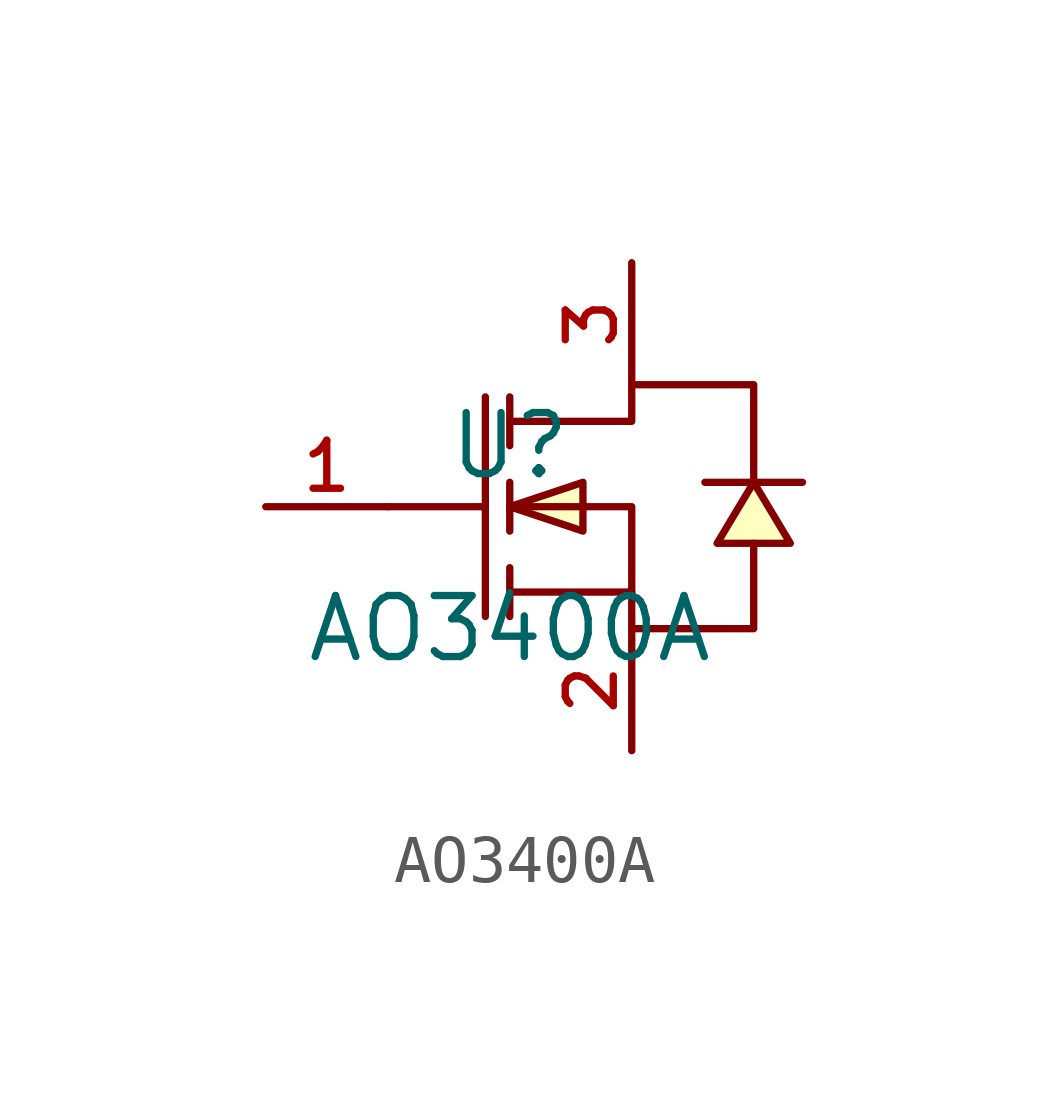
<source format=kicad_sym>
(kicad_symbol_lib
  (version 20210201)
  (generator TousstNicolas/JLC2KiCad_lib)
  (symbol "AO3400A"
    (pin_names hide)
    (property "Reference" "U"
      (at 0 1.27 0)
      (effects (font (size 1.27 1.27))))
    (property "Value" "AO3400A"
      (at 0 -2.54 0)
      (effects (font (size 1.27 1.27))))
    (symbol "AO3400A_0_1"
      (polyline (pts (xy 0.0 -0.0) (xy 1.524 -0.508) (xy 1.524 0.508) (xy 0.0 -0.0)) (stroke (width 0) (type default) (color 0 0 0 0)) (fill (type background)))
      (polyline (pts (xy 5.08 0.508) (xy 4.318 -0.762) (xy 5.842 -0.762) (xy 5.08 0.508)) (stroke (width 0) (type default) (color 0 0 0 0)) (fill (type background)))
      (polyline (pts (xy 0.0 1.778) (xy 2.54 1.778) (xy 2.54 2.54) (xy 5.08 2.54) (xy 5.08 0.508)) (stroke (width 0) (type default) (color 0 0 0 0)) (fill (type none)))
      (polyline (pts (xy 0.0 -0.0) (xy 2.54 -0.0) (xy 2.54 -2.54) (xy 5.08 -2.54) (xy 5.08 -0.762)) (stroke (width 0) (type default) (color 0 0 0 0)) (fill (type none)))
      (polyline (pts (xy 2.54 -1.778) (xy 0.0 -1.778)) (stroke (width 0) (type default) (color 0 0 0 0)) (fill (type none)))
      (polyline (pts (xy -0.508 2.286) (xy -0.508 -2.286)) (stroke (width 0) (type default) (color 0 0 0 0)) (fill (type none)))
      (polyline (pts (xy 0.0 2.286) (xy 0.0 1.27)) (stroke (width 0) (type default) (color 0 0 0 0)) (fill (type none)))
      (polyline (pts (xy 0.0 -0.508) (xy 0.0 0.508)) (stroke (width 0) (type default) (color 0 0 0 0)) (fill (type none)))
      (polyline (pts (xy 0.0 -2.286) (xy 0.0 -1.27)) (stroke (width 0) (type default) (color 0 0 0 0)) (fill (type none)))
      (polyline (pts (xy -2.54 -0.0) (xy -0.508 -0.0)) (stroke (width 0) (type default) (color 0 0 0 0)) (fill (type none)))
      (polyline (pts (xy 6.096 0.508) (xy 5.588 0.508) (xy 4.572 0.508) (xy 4.064 0.508)) (stroke (width 0) (type default) (color 0 0 0 0)) (fill (type none)))
      (pin unspecified line (at 2.54 5.08 270) (length 2.54) (name "D" (effects (font (size 1 1)))) (number "3" (effects (font (size 1 1)))))
      (pin unspecified line (at -5.08 -0.0 0) (length 2.54) (name "G" (effects (font (size 1 1)))) (number "1" (effects (font (size 1 1)))))
      (pin unspecified line (at 2.54 -5.08 90) (length 2.54) (name "S" (effects (font (size 1 1)))) (number "2" (effects (font (size 1 1))))))))
</source>
